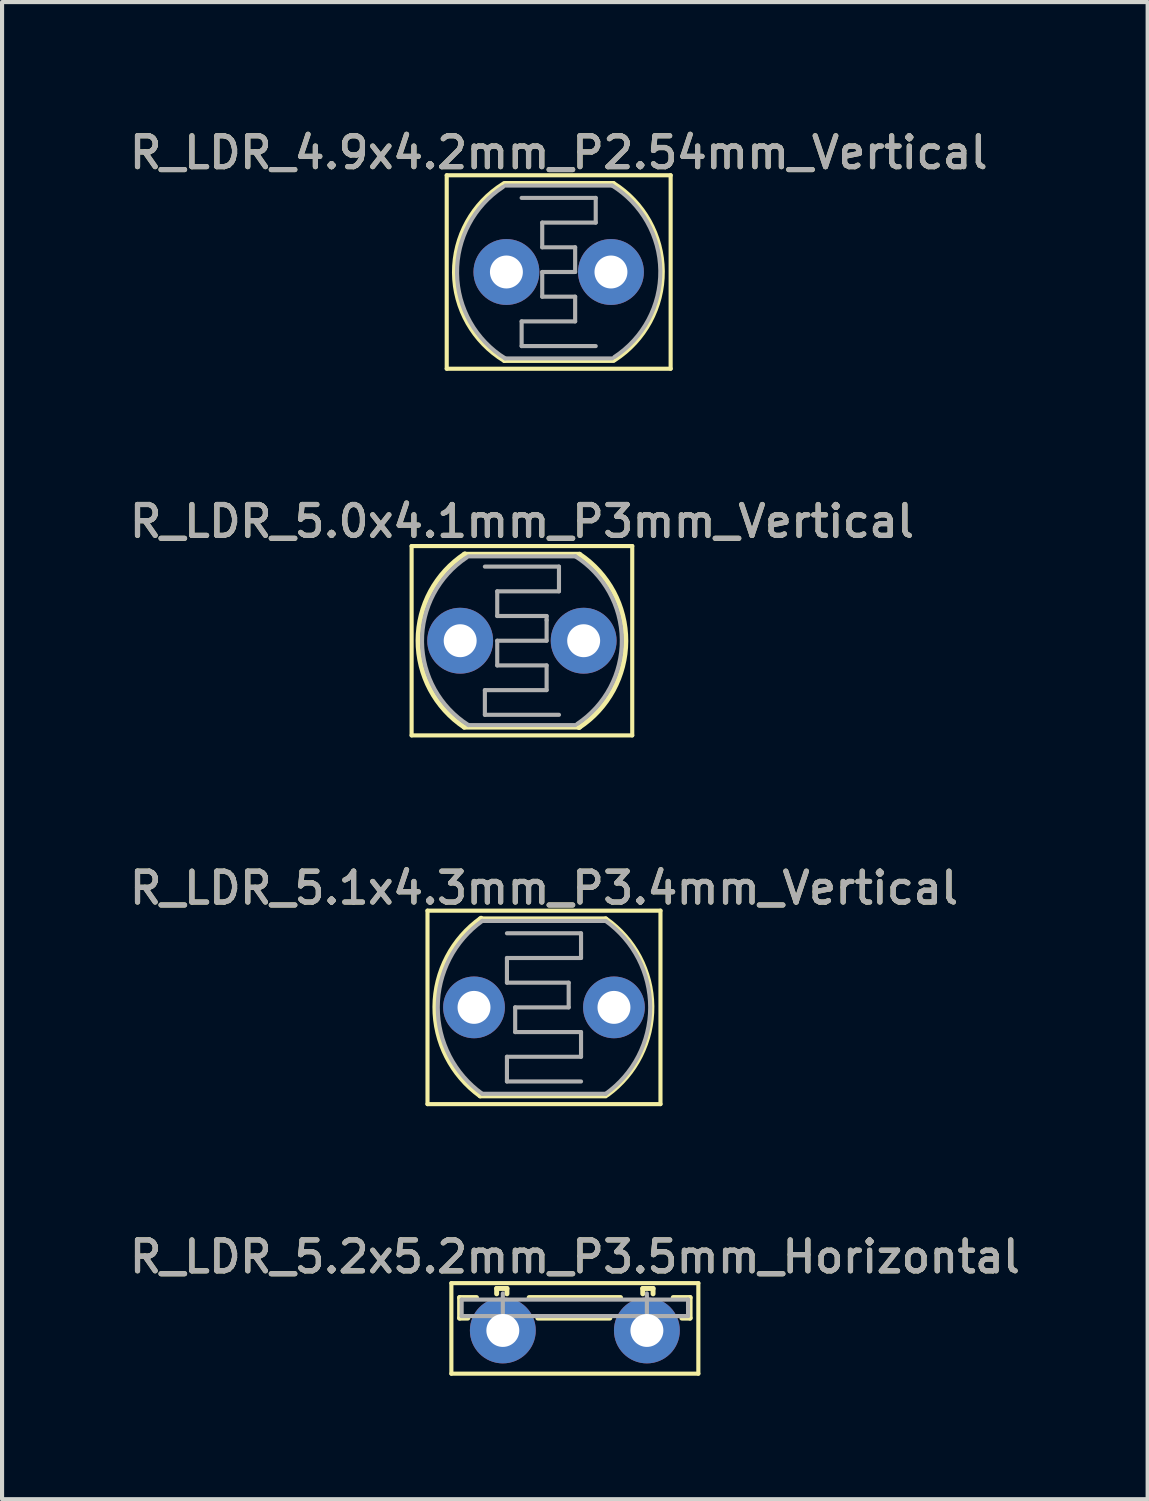
<source format=kicad_pcb>
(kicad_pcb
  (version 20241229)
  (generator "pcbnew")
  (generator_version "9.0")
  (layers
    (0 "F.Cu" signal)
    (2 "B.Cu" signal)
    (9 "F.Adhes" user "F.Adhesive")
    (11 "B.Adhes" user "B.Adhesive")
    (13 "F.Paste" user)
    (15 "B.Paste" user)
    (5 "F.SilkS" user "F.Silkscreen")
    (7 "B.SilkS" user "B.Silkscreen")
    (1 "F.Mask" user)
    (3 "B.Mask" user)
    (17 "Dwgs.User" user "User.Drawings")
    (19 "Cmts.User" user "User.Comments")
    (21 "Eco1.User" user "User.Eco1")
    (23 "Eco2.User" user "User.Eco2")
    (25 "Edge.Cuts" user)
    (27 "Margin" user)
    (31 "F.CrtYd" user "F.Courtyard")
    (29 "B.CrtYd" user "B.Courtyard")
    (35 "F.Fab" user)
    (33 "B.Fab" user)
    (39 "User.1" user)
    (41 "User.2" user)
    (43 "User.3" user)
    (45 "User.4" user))
  (footprint "R_LDR_5.0x4.1mm_P3mm_Vertical"
    (layer "F.Cu")
    (at 8.13 12.516)
    (property "Reference" "R_LDR_5.0x4.1mm_P3mm_Vertical" (at 1.5 -2.9 0) (layer "F.SilkS") (effects (font (size 0.75 0.75) (thickness 0.125))))
    (attr through_hole)
    (fp_line (start -1.18 -2.3) (end -1.18 2.3) (stroke (width 0.1) (type solid)) (layer "F.SilkS"))
    (fp_line (start -1.18 -2.3) (end 4.18 -2.3) (stroke (width 0.1) (type solid)) (layer "F.SilkS"))
    (fp_line (start 0.1 -2.1) (end 2.9 -2.1) (stroke (width 0.12) (type solid)) (layer "F.SilkS"))
    (fp_line (start 0.1 2.1) (end 2.9 2.1) (stroke (width 0.12) (type solid)) (layer "F.SilkS"))
    (fp_line (start 4.18 2.3) (end -1.18 2.3) (stroke (width 0.1) (type solid)) (layer "F.SilkS"))
    (fp_line (start 4.18 2.3) (end 4.18 -2.3) (stroke (width 0.1) (type solid)) (layer "F.SilkS"))
    (fp_arc (start 0.1 2.1) (mid -1.023872 -0.008372) (end 0.113963 -2.109242) (stroke (width 0.12) (type solid)) (layer "F.SilkS"))
    (fp_arc (start 2.9 -2.1) (mid 4.023872 0.008372) (end 2.886037 2.109242) (stroke (width 0.12) (type solid)) (layer "F.SilkS"))
    (fp_line (start 0.2 -2.05) (end 2.8 -2.05) (stroke (width 0.1) (type solid)) (layer "F.Fab"))
    (fp_line (start 0.6 -1.8) (end 2.4 -1.8) (stroke (width 0.1) (type solid)) (layer "F.Fab"))
    (fp_line (start 0.6 1.2) (end 0.6 1.8) (stroke (width 0.1) (type solid)) (layer "F.Fab"))
    (fp_line (start 0.6 1.2) (end 2.1 1.2) (stroke (width 0.1) (type solid)) (layer "F.Fab"))
    (fp_line (start 0.6 1.8) (end 2.4 1.8) (stroke (width 0.1) (type solid)) (layer "F.Fab"))
    (fp_line (start 0.9 -1.2) (end 2.4 -1.2) (stroke (width 0.1) (type solid)) (layer "F.Fab"))
    (fp_line (start 0.9 -0.6) (end 0.9 -1.2) (stroke (width 0.1) (type solid)) (layer "F.Fab"))
    (fp_line (start 0.9 0) (end 2.1 0) (stroke (width 0.1) (type solid)) (layer "F.Fab"))
    (fp_line (start 0.9 0.6) (end 0.9 0) (stroke (width 0.1) (type solid)) (layer "F.Fab"))
    (fp_line (start 2.1 -0.6) (end 0.9 -0.6) (stroke (width 0.1) (type solid)) (layer "F.Fab"))
    (fp_line (start 2.1 -0.5) (end 2.1 -0.6) (stroke (width 0.1) (type solid)) (layer "F.Fab"))
    (fp_line (start 2.1 0) (end 2.1 -0.5) (stroke (width 0.1) (type solid)) (layer "F.Fab"))
    (fp_line (start 2.1 0.6) (end 0.9 0.6) (stroke (width 0.1) (type solid)) (layer "F.Fab"))
    (fp_line (start 2.1 1.2) (end 2.1 0.6) (stroke (width 0.1) (type solid)) (layer "F.Fab"))
    (fp_line (start 2.4 -1.8) (end 2.4 -1.2) (stroke (width 0.1) (type solid)) (layer "F.Fab"))
    (fp_line (start 2.8 2.05) (end 0.2 2.05) (stroke (width 0.1) (type solid)) (layer "F.Fab"))
    (fp_arc (start 0.2 2.05) (mid -0.927305 0.026239) (end 0.155989 -2.021419) (stroke (width 0.1) (type solid)) (layer "F.Fab"))
    (fp_arc (start 2.8 -2.05) (mid 3.927305 -0.026239) (end 2.844011 2.021419) (stroke (width 0.1) (type solid)) (layer "F.Fab"))
    (fp_text user "${REFERENCE}" (at 1.5 -2.9 0) (layer "F.Fab") (effects (font (size 0.75 0.75) (thickness 0.125))))
    (pad "1" thru_hole circle (at 0 0) (size 1.6 1.6) (drill 0.8) (layers "*.Cu" "*.Mask"))
    (pad "2" thru_hole circle (at 3 0) (size 1.6 1.6) (drill 0.8) (layers "*.Cu" "*.Mask")))
  (footprint "R_LDR_5.2x5.2mm_P3.5mm_Horizontal"
    (layer "F.Cu")
    (at 9.166 29.273)
    (property "Reference" "R_LDR_5.2x5.2mm_P3.5mm_Horizontal" (at 1.75 -1.79 0) (layer "F.SilkS") (effects (font (size 0.75 0.75) (thickness 0.125))))
    (attr through_hole)
    (fp_line (start -1.25 -1.15) (end -1.25 1.05) (stroke (width 0.1) (type solid)) (layer "F.SilkS"))
    (fp_line (start -1.25 -1.15) (end 4.75 -1.15) (stroke (width 0.1) (type solid)) (layer "F.SilkS"))
    (fp_line (start -1.05 -0.8) (end -1.05 -0.3) (stroke (width 0.12) (type solid)) (layer "F.SilkS"))
    (fp_line (start -1.05 -0.3) (end -0.85 -0.3) (stroke (width 0.12) (type solid)) (layer "F.SilkS"))
    (fp_line (start -0.64 -0.8) (end -1.05 -0.8) (stroke (width 0.12) (type solid)) (layer "F.SilkS"))
    (fp_line (start -0.15 -1.02) (end -0.15 -0.89) (stroke (width 0.12) (type solid)) (layer "F.SilkS"))
    (fp_line (start -0.15 -1.02) (end 0.1 -1.02) (stroke (width 0.12) (type solid)) (layer "F.SilkS"))
    (fp_line (start 0.1 -1.02) (end 0.1 -0.89) (stroke (width 0.12) (type solid)) (layer "F.SilkS"))
    (fp_line (start 0.85 -0.3) (end 2.6 -0.3) (stroke (width 0.12) (type solid)) (layer "F.SilkS"))
    (fp_line (start 2.86 -0.8) (end 0.64 -0.8) (stroke (width 0.12) (type solid)) (layer "F.SilkS"))
    (fp_line (start 3.4 -1.02) (end 3.4 -0.89) (stroke (width 0.12) (type solid)) (layer "F.SilkS"))
    (fp_line (start 3.4 -1.02) (end 3.65 -1.02) (stroke (width 0.12) (type solid)) (layer "F.SilkS"))
    (fp_line (start 3.65 -1.02) (end 3.65 -0.89) (stroke (width 0.12) (type solid)) (layer "F.SilkS"))
    (fp_line (start 4.35 -0.3) (end 4.55 -0.3) (stroke (width 0.12) (type solid)) (layer "F.SilkS"))
    (fp_line (start 4.55 -0.8) (end 4.14 -0.8) (stroke (width 0.12) (type solid)) (layer "F.SilkS"))
    (fp_line (start 4.55 -0.3) (end 4.55 -0.8) (stroke (width 0.12) (type solid)) (layer "F.SilkS"))
    (fp_line (start 4.75 1.05) (end -1.25 1.05) (stroke (width 0.1) (type solid)) (layer "F.SilkS"))
    (fp_line (start 4.75 1.05) (end 4.75 -1.15) (stroke (width 0.1) (type solid)) (layer "F.SilkS"))
    (fp_line (start -1 -0.75) (end 4.5 -0.75) (stroke (width 0.1) (type solid)) (layer "F.Fab"))
    (fp_line (start -1 -0.35) (end -1 -0.75) (stroke (width 0.1) (type solid)) (layer "F.Fab"))
    (fp_line (start 0 0) (end 0 -0.9) (stroke (width 0.1) (type solid)) (layer "F.Fab"))
    (fp_line (start 3.5 0) (end 3.5 -0.9) (stroke (width 0.1) (type solid)) (layer "F.Fab"))
    (fp_line (start 4.5 -0.75) (end 4.5 -0.35) (stroke (width 0.1) (type solid)) (layer "F.Fab"))
    (fp_line (start 4.5 -0.35) (end -1 -0.35) (stroke (width 0.1) (type solid)) (layer "F.Fab"))
    (fp_text user "${REFERENCE}" (at 1.75 -1.79 0) (layer "F.Fab") (effects (font (size 0.75 0.75) (thickness 0.125))))
    (pad "1" thru_hole circle (at 0 0) (size 1.6 1.6) (drill 0.8) (layers "*.Cu" "*.Mask"))
    (pad "2" thru_hole circle (at 3.5 0) (size 1.6 1.6) (drill 0.8) (layers "*.Cu" "*.Mask")))
  (footprint "R_LDR_4.9x4.2mm_P2.54mm_Vertical"
    (layer "F.Cu")
    (at 9.253 3.558)
    (property "Reference" "R_LDR_4.9x4.2mm_P2.54mm_Vertical" (at 1.27 -2.9 0) (layer "F.SilkS") (effects (font (size 0.75 0.75) (thickness 0.125))))
    (attr through_hole)
    (fp_line (start -1.45 -2.35) (end -1.45 2.35) (stroke (width 0.1) (type solid)) (layer "F.SilkS"))
    (fp_line (start -1.45 -2.35) (end 3.99 -2.35) (stroke (width 0.1) (type solid)) (layer "F.SilkS"))
    (fp_line (start -0.05 -2.15) (end 2.6 -2.15) (stroke (width 0.12) (type solid)) (layer "F.SilkS"))
    (fp_line (start -0.05 2.15) (end 2.6 2.15) (stroke (width 0.12) (type solid)) (layer "F.SilkS"))
    (fp_line (start 3.99 2.35) (end -1.45 2.35) (stroke (width 0.1) (type solid)) (layer "F.SilkS"))
    (fp_line (start 3.99 2.35) (end 3.99 -2.35) (stroke (width 0.1) (type solid)) (layer "F.SilkS"))
    (fp_arc (start -0.05 2.15) (mid -1.262424 0.01494) (end -0.075476 -2.134388) (stroke (width 0.12) (type solid)) (layer "F.SilkS"))
    (fp_arc (start 2.6 -2.15) (mid 3.788646 -0.016616) (end 2.628027 2.132145) (stroke (width 0.12) (type solid)) (layer "F.SilkS"))
    (fp_line (start -0.03 -2.1) (end 2.57 -2.1) (stroke (width 0.1) (type solid)) (layer "F.Fab"))
    (fp_line (start 0.37 -1.8) (end 2.17 -1.8) (stroke (width 0.1) (type solid)) (layer "F.Fab"))
    (fp_line (start 0.37 1.2) (end 0.37 1.8) (stroke (width 0.1) (type solid)) (layer "F.Fab"))
    (fp_line (start 0.37 1.2) (end 1.67 1.2) (stroke (width 0.1) (type solid)) (layer "F.Fab"))
    (fp_line (start 0.37 1.8) (end 2.17 1.8) (stroke (width 0.1) (type solid)) (layer "F.Fab"))
    (fp_line (start 0.87 -1.2) (end 0.87 -0.6) (stroke (width 0.1) (type solid)) (layer "F.Fab"))
    (fp_line (start 0.87 -1.2) (end 2.17 -1.2) (stroke (width 0.1) (type solid)) (layer "F.Fab"))
    (fp_line (start 0.87 0) (end 0.87 0.6) (stroke (width 0.1) (type solid)) (layer "F.Fab"))
    (fp_line (start 0.87 0) (end 1.67 0) (stroke (width 0.1) (type solid)) (layer "F.Fab"))
    (fp_line (start 1.67 -0.6) (end 0.87 -0.6) (stroke (width 0.1) (type solid)) (layer "F.Fab"))
    (fp_line (start 1.67 -0.6) (end 1.67 0) (stroke (width 0.1) (type solid)) (layer "F.Fab"))
    (fp_line (start 1.67 0.6) (end 0.87 0.6) (stroke (width 0.1) (type solid)) (layer "F.Fab"))
    (fp_line (start 1.67 0.6) (end 1.67 1.2) (stroke (width 0.1) (type solid)) (layer "F.Fab"))
    (fp_line (start 2.17 -1.8) (end 2.17 -1.2) (stroke (width 0.1) (type solid)) (layer "F.Fab"))
    (fp_line (start 2.57 2.1) (end -0.03 2.1) (stroke (width 0.1) (type solid)) (layer "F.Fab"))
    (fp_arc (start -0.03 2.1) (mid -1.199612 0.031921) (end -0.083843 -2.065698) (stroke (width 0.1) (type solid)) (layer "F.Fab"))
    (fp_arc (start 2.57 -2.1) (mid 3.739612 -0.031921) (end 2.623843 2.065698) (stroke (width 0.1) (type solid)) (layer "F.Fab"))
    (fp_text user "${REFERENCE}" (at 1.27 -2.9 0) (layer "F.Fab") (effects (font (size 0.75 0.75) (thickness 0.125))))
    (pad "1" thru_hole circle (at 0 0) (size 1.6 1.6) (drill 0.8) (layers "*.Cu" "*.Mask"))
    (pad "2" thru_hole circle (at 2.54 0) (size 1.6 1.6) (drill 0.8) (layers "*.Cu" "*.Mask")))
  (footprint "R_LDR_5.1x4.3mm_P3.4mm_Vertical"
    (layer "F.Cu")
    (at 8.466 21.424)
    (property "Reference" "R_LDR_5.1x4.3mm_P3.4mm_Vertical" (at 1.7 -2.9 0) (layer "F.SilkS") (effects (font (size 0.75 0.75) (thickness 0.125))))
    (attr through_hole)
    (fp_line (start -1.13 -2.35) (end -1.13 2.35) (stroke (width 0.1) (type solid)) (layer "F.SilkS"))
    (fp_line (start -1.13 -2.35) (end 4.53 -2.35) (stroke (width 0.1) (type solid)) (layer "F.SilkS"))
    (fp_line (start 0.15 -2.15) (end 3.2 -2.15) (stroke (width 0.12) (type solid)) (layer "F.SilkS"))
    (fp_line (start 0.15 2.15) (end 3.2 2.15) (stroke (width 0.12) (type solid)) (layer "F.SilkS"))
    (fp_line (start 4.53 2.35) (end -1.13 2.35) (stroke (width 0.1) (type solid)) (layer "F.SilkS"))
    (fp_line (start 4.53 2.35) (end 4.53 -2.35) (stroke (width 0.1) (type solid)) (layer "F.SilkS"))
    (fp_arc (start 0.15 2.15) (mid -0.950438 -0.013368) (end 0.171766 -2.165525) (stroke (width 0.12) (type solid)) (layer "F.SilkS"))
    (fp_arc (start 3.2 -2.15) (mid 4.321403 -0.027338) (end 3.244513 2.118249) (stroke (width 0.12) (type solid)) (layer "F.SilkS"))
    (fp_line (start 0.2 -2.1) (end 3.2 -2.1) (stroke (width 0.1) (type solid)) (layer "F.Fab"))
    (fp_line (start 0.8 -1.8) (end 2.6 -1.8) (stroke (width 0.1) (type solid)) (layer "F.Fab"))
    (fp_line (start 0.8 -1.2) (end 0.8 -0.6) (stroke (width 0.1) (type solid)) (layer "F.Fab"))
    (fp_line (start 0.8 1.2) (end 0.8 1.8) (stroke (width 0.1) (type solid)) (layer "F.Fab"))
    (fp_line (start 0.8 1.8) (end 2.6 1.8) (stroke (width 0.1) (type solid)) (layer "F.Fab"))
    (fp_line (start 1 0) (end 1 0.6) (stroke (width 0.1) (type solid)) (layer "F.Fab"))
    (fp_line (start 1 0) (end 2.3 0) (stroke (width 0.1) (type solid)) (layer "F.Fab"))
    (fp_line (start 2.3 -0.6) (end 0.8 -0.6) (stroke (width 0.1) (type solid)) (layer "F.Fab"))
    (fp_line (start 2.3 0) (end 2.3 -0.6) (stroke (width 0.1) (type solid)) (layer "F.Fab"))
    (fp_line (start 2.6 -1.8) (end 2.6 -1.2) (stroke (width 0.1) (type solid)) (layer "F.Fab"))
    (fp_line (start 2.6 -1.2) (end 0.8 -1.2) (stroke (width 0.1) (type solid)) (layer "F.Fab"))
    (fp_line (start 2.6 0.6) (end 1 0.6) (stroke (width 0.1) (type solid)) (layer "F.Fab"))
    (fp_line (start 2.6 0.6) (end 2.6 1.2) (stroke (width 0.1) (type solid)) (layer "F.Fab"))
    (fp_line (start 2.6 1.2) (end 0.8 1.2) (stroke (width 0.1) (type solid)) (layer "F.Fab"))
    (fp_line (start 3.2 2.1) (end 0.2 2.1) (stroke (width 0.1) (type solid)) (layer "F.Fab"))
    (fp_arc (start 0.2 2.1) (mid -0.880697 -0.001697) (end 0.202763 -2.101971) (stroke (width 0.1) (type solid)) (layer "F.Fab"))
    (fp_arc (start 3.2 -2.1) (mid 4.280697 0.001697) (end 3.197237 2.101971) (stroke (width 0.1) (type solid)) (layer "F.Fab"))
    (fp_text user "${REFERENCE}" (at 1.7 -2.9 0) (layer "F.Fab") (effects (font (size 0.75 0.75) (thickness 0.125))))
    (pad "1" thru_hole circle (at 0 0) (size 1.5 1.5) (drill 0.8) (layers "*.Cu" "*.Mask"))
    (pad "2" thru_hole circle (at 3.4 0) (size 1.5 1.5) (drill 0.8) (layers "*.Cu" "*.Mask")))
  (gr_rect
    (start -3 -3)
    (end 24.832 33.373)
    (stroke (width 0.1) (type default))
    (fill no)
    (layer "Edge.Cuts")))
</source>
